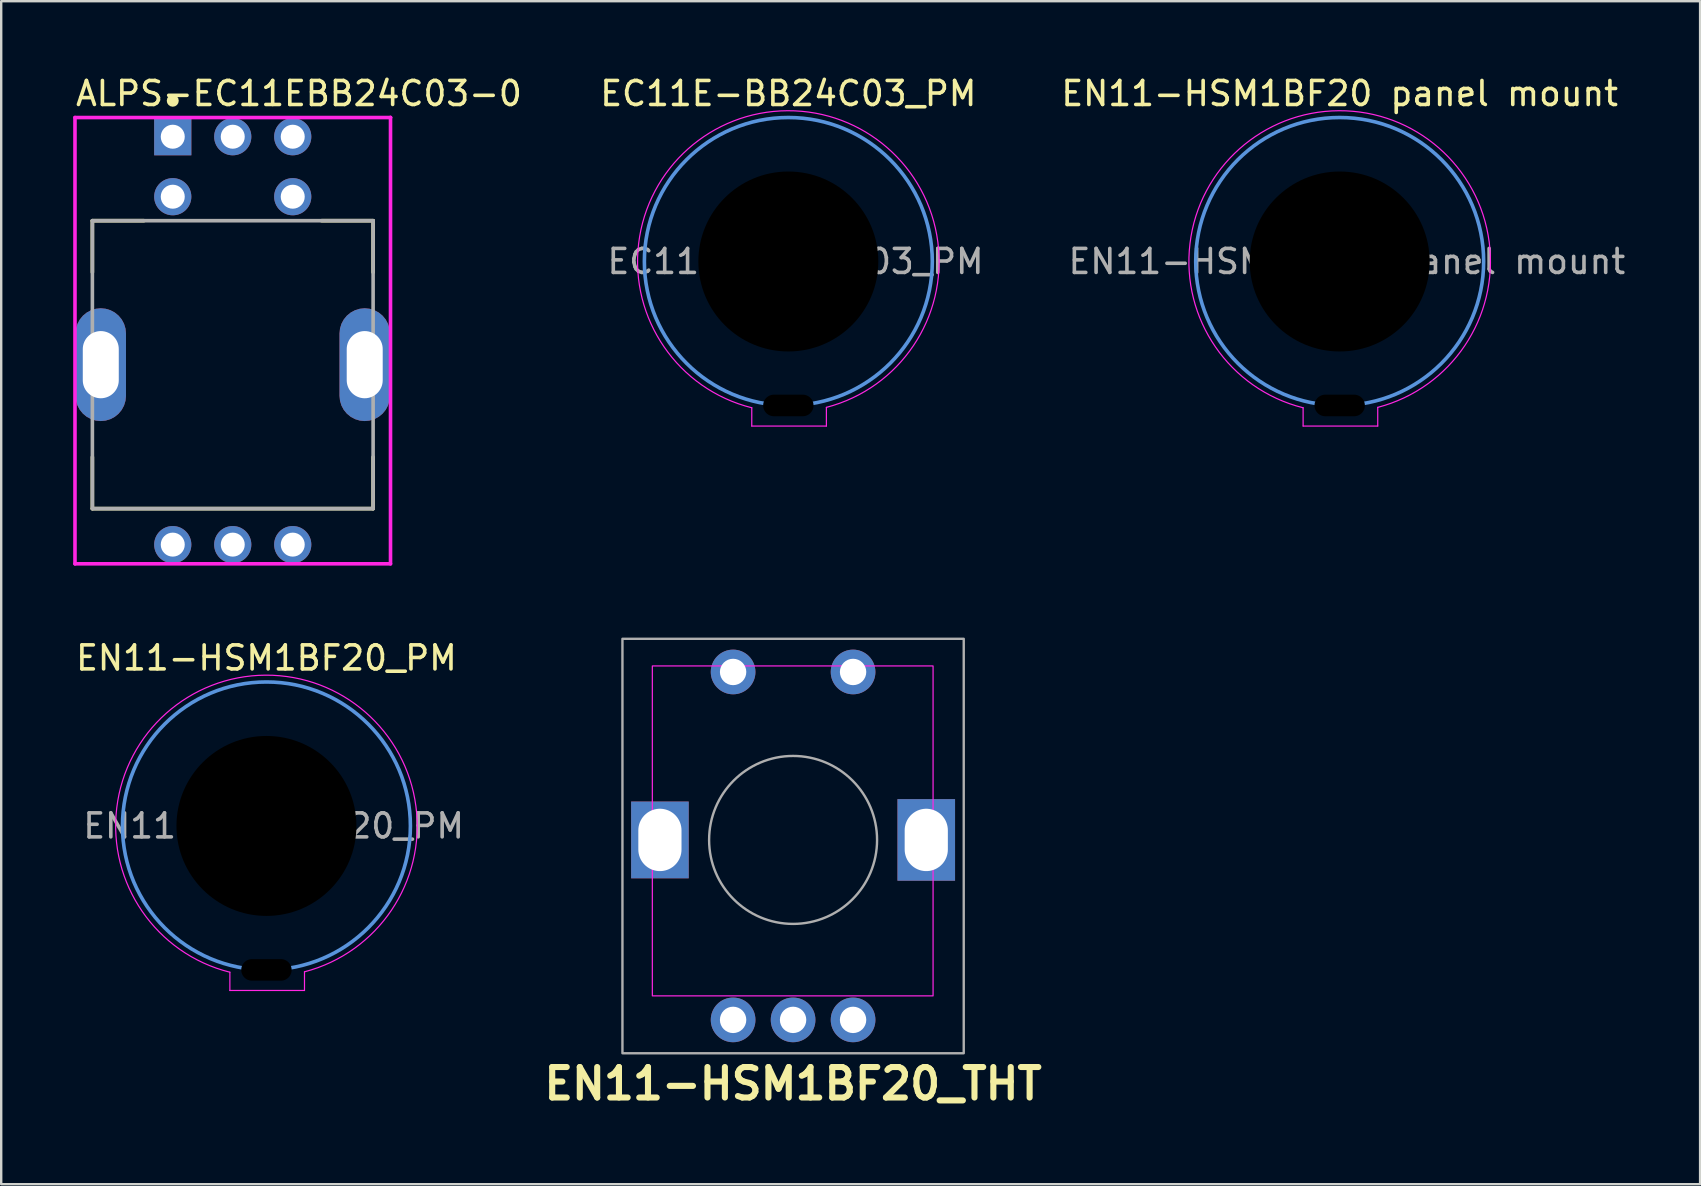
<source format=kicad_pcb>
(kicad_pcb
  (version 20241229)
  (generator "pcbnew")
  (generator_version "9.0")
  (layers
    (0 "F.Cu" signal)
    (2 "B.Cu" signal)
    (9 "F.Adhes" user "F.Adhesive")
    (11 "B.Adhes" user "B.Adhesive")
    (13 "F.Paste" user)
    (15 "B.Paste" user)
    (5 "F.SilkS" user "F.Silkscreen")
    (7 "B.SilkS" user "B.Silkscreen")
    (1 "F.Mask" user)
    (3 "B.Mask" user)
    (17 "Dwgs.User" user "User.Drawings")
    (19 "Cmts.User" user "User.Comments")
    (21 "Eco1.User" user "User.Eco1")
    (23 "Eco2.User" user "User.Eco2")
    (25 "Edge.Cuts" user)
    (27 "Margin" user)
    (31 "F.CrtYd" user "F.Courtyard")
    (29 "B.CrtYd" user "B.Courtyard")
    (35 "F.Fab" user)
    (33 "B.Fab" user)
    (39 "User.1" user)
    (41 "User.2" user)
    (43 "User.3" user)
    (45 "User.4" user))
  (footprint "EN11-HSM1BF20 panel mount"
    (layer "F.Cu")
    (at 52.783 7.848)
    (property "Reference" "EN11-HSM1BF20 panel mount" (at 0 -7 0) (layer "F.SilkS") (effects (font (size 1 1) (thickness 0.15))))
    (attr exclude_from_pos_files exclude_from_bom)
    (fp_circle (center 0 0) (end 6 0) (stroke (width 0.15) (type solid)) (fill no) (layer "Cmts.User"))
    (fp_line (start -1.524 6.096) (end -1.524 6.858) (stroke (width 0.05) (type solid)) (layer "F.CrtYd"))
    (fp_line (start 1.586 6.858) (end -1.524 6.858) (stroke (width 0.05) (type solid)) (layer "F.CrtYd"))
    (fp_line (start 1.586 6.858) (end 1.586 6.08) (stroke (width 0.05) (type solid)) (layer "F.CrtYd"))
    (fp_arc (start -1.524 6.095999) (mid -0.032056 -6.28353) (end 1.586121 6.080132) (stroke (width 0.05) (type solid)) (layer "F.CrtYd"))
    (fp_text user "${REFERENCE}" (at 0.3 0 0) (layer "F.Fab") (effects (font (size 1 1) (thickness 0.15))))
    (pad "" np_thru_hole circle (at 0 0) (size 7.5 7.5) (drill 7.5) (layers "*.Mask"))
    (pad "" np_thru_hole oval (at 0 6 90) (size 1 2.2) (drill oval 0.9 2.1) (layers "*.Mask")))
  (footprint "EC11E-BB24C03_PM"
    (layer "F.Cu")
    (at 29.805 7.848)
    (property "Reference" "EC11E-BB24C03_PM" (at 0 -7 0) (layer "F.SilkS") (effects (font (size 1 1) (thickness 0.15))))
    (attr exclude_from_pos_files exclude_from_bom)
    (fp_circle (center 0 0) (end 6 0) (stroke (width 0.15) (type solid)) (fill no) (layer "Cmts.User"))
    (fp_line (start -1.524 6.096) (end -1.524 6.858) (stroke (width 0.05) (type solid)) (layer "F.CrtYd"))
    (fp_line (start 1.586 6.858) (end -1.524 6.858) (stroke (width 0.05) (type solid)) (layer "F.CrtYd"))
    (fp_line (start 1.586 6.858) (end 1.586 6.08) (stroke (width 0.05) (type solid)) (layer "F.CrtYd"))
    (fp_arc (start -1.524 6.095999) (mid -0.032056 -6.28353) (end 1.586121 6.080132) (stroke (width 0.05) (type solid)) (layer "F.CrtYd"))
    (fp_text user "${REFERENCE}" (at 0.3 0 0) (layer "F.Fab") (effects (font (size 1 1) (thickness 0.15))))
    (pad "" np_thru_hole circle (at 0 0) (size 7.5 7.5) (drill 7.5) (layers "*.Mask"))
    (pad "" np_thru_hole oval (at 0 6 90) (size 1 2.2) (drill oval 0.9 2.1) (layers "*.Mask")))
  (footprint "ALPS-EC11EBB24C03-0"
    (layer "F.Cu")
    (at 6.65 12.148)
    (property "Reference" "ALPS-EC11EBB24C03-0" (at -6.625 -11.3 0) (layer "F.SilkS") (effects (font (size 1 1) (thickness 0.15)) (justify left)))
    (attr through_hole)
    (fp_line (start -5.85 -6) (end -5.85 -3.85) (stroke (width 0.15) (type solid)) (layer "F.SilkS"))
    (fp_line (start -5.85 -6) (end -3.7 -6) (stroke (width 0.15) (type solid)) (layer "F.SilkS"))
    (fp_line (start -5.85 3.85) (end -5.85 6) (stroke (width 0.15) (type solid)) (layer "F.SilkS"))
    (fp_line (start 3.7 -6) (end 5.85 -6) (stroke (width 0.15) (type solid)) (layer "F.SilkS"))
    (fp_line (start 5.85 -6) (end 5.85 -3.85) (stroke (width 0.15) (type solid)) (layer "F.SilkS"))
    (fp_line (start 5.85 3.85) (end 5.85 6) (stroke (width 0.15) (type solid)) (layer "F.SilkS"))
    (fp_line (start 5.85 6) (end -5.85 6) (stroke (width 0.15) (type solid)) (layer "F.SilkS"))
    (fp_circle (center -2.5 -11) (end -2.375 -11) (stroke (width 0.25) (type solid)) (fill no) (layer "F.SilkS"))
    (fp_line (start -6.575 -10.3) (end -6.575 8.3) (stroke (width 0.15) (type solid)) (layer "F.CrtYd"))
    (fp_line (start -6.575 8.3) (end 6.575 8.3) (stroke (width 0.15) (type solid)) (layer "F.CrtYd"))
    (fp_line (start 6.575 -10.3) (end -6.575 -10.3) (stroke (width 0.15) (type solid)) (layer "F.CrtYd"))
    (fp_line (start 6.575 -10.3) (end 6.575 -10.3) (stroke (width 0.15) (type solid)) (layer "F.CrtYd"))
    (fp_line (start 6.575 8.3) (end 6.575 -10.3) (stroke (width 0.15) (type solid)) (layer "F.CrtYd"))
    (fp_line (start -5.85 -6) (end 5.85 -6) (stroke (width 0.15) (type solid)) (layer "F.Fab"))
    (fp_line (start -5.85 6) (end -5.85 -6) (stroke (width 0.15) (type solid)) (layer "F.Fab"))
    (fp_line (start 5.85 -6) (end 5.85 6) (stroke (width 0.15) (type solid)) (layer "F.Fab"))
    (fp_line (start 5.85 6) (end -5.85 6) (stroke (width 0.15) (type solid)) (layer "F.Fab"))
    (pad "1" thru_hole rect (at -2.5 -9.5) (size 1.55 1.55) (drill 1) (layers "*.Cu"))
    (pad "2" thru_hole circle (at 0 -9.5) (size 1.55 1.55) (drill 1) (layers "*.Cu"))
    (pad "3" thru_hole circle (at 2.5 -9.5) (size 1.55 1.55) (drill 1) (layers "*.Cu"))
    (pad "4" thru_hole circle (at -2.5 -7) (size 1.55 1.55) (drill 1) (layers "*.Cu"))
    (pad "5" thru_hole circle (at 2.5 -7) (size 1.55 1.55) (drill 1) (layers "*.Cu"))
    (pad "6" thru_hole roundrect (at -5.5 0) (size 2.1 4.7) (drill oval 1.5 2.8) (layers "*.Cu") (roundrect_rratio 0.5))
    (pad "7" thru_hole roundrect (at 5.5 0) (size 2.1 4.7) (drill oval 1.5 2.8) (layers "*.Cu") (roundrect_rratio 0.5))
    (pad "8" thru_hole circle (at -2.5 7.5) (size 1.55 1.55) (drill 1) (layers "*.Cu"))
    (pad "9" thru_hole circle (at 0 7.5) (size 1.55 1.55) (drill 1) (layers "*.Cu"))
    (pad "10" thru_hole circle (at 2.5 7.5) (size 1.55 1.55) (drill 1) (layers "*.Cu")))
  (footprint "EN11-HSM1BF20_THT"
    (layer "F.Cu")
    (at 30.003 31.955)
    (property "Reference" "EN11-HSM1BF20_THT" (at 0 10.16 0) (layer "F.SilkS") (effects (font (size 1.27 1.27) (thickness 0.254))))
    (attr through_hole)
    (fp_rect (start -5.866 -7.25) (end 5.834 6.5) (stroke (width 0.05) (type solid)) (fill no) (layer "F.CrtYd"))
    (fp_rect (start -7.112 -8.382) (end 7.112 8.89) (stroke (width 0.1) (type solid)) (fill no) (layer "F.Fab"))
    (fp_circle (center 0 0) (end 3.5 0) (stroke (width 0.1) (type solid)) (fill no) (layer "F.Fab"))
    (pad "" thru_hole rect (at -5.55 0) (size 2.4 3.2) (drill oval 1.8 2.6) (layers "*.Cu" "*.Mask"))
    (pad "" thru_hole rect (at 5.55 0) (size 2.4 3.4) (drill oval 1.8 2.6) (layers "*.Cu" "*.Mask"))
    (pad "A" thru_hole circle (at -2.5 7.5) (size 1.862 1.862) (drill 1.1) (layers "*.Cu" "*.Mask"))
    (pad "B" thru_hole circle (at 2.5 7.5) (size 1.862 1.862) (drill 1.1) (layers "*.Cu" "*.Mask"))
    (pad "C" thru_hole circle (at 0 7.5) (size 1.862 1.862) (drill 1.1) (layers "*.Cu" "*.Mask"))
    (pad "S1" thru_hole circle (at -2.5 -7) (size 1.862 1.862) (drill 1.1) (layers "*.Cu" "*.Mask"))
    (pad "S2" thru_hole circle (at 2.5 -7) (size 1.862 1.862) (drill 1.1) (layers "*.Cu" "*.Mask")))
  (footprint "EN11-HSM1BF20_PM"
    (layer "F.Cu")
    (at 8.054 31.372)
    (property "Reference" "EN11-HSM1BF20_PM" (at 0 -7 0) (layer "F.SilkS") (effects (font (size 1 1) (thickness 0.15))))
    (attr exclude_from_pos_files exclude_from_bom)
    (fp_circle (center 0 0) (end 6 0) (stroke (width 0.15) (type solid)) (fill no) (layer "Cmts.User"))
    (fp_line (start -1.524 6.096) (end -1.524 6.858) (stroke (width 0.05) (type solid)) (layer "F.CrtYd"))
    (fp_line (start 1.586 6.858) (end -1.524 6.858) (stroke (width 0.05) (type solid)) (layer "F.CrtYd"))
    (fp_line (start 1.586 6.858) (end 1.586 6.08) (stroke (width 0.05) (type solid)) (layer "F.CrtYd"))
    (fp_arc (start -1.524 6.095999) (mid -0.032056 -6.28353) (end 1.586121 6.080132) (stroke (width 0.05) (type solid)) (layer "F.CrtYd"))
    (fp_text user "${REFERENCE}" (at 0.3 0 0) (layer "F.Fab") (effects (font (size 1 1) (thickness 0.15))))
    (pad "" np_thru_hole circle (at 0 0) (size 7.5 7.5) (drill 7.5) (layers "*.Mask"))
    (pad "" np_thru_hole oval (at 0 6 90) (size 1 2.2) (drill oval 0.9 2.1) (layers "*.Mask")))
  (gr_rect
    (start -3 -3)
    (end 67.804 46.304)
    (stroke (width 0.1) (type default))
    (fill no)
    (layer "Edge.Cuts")))
</source>
